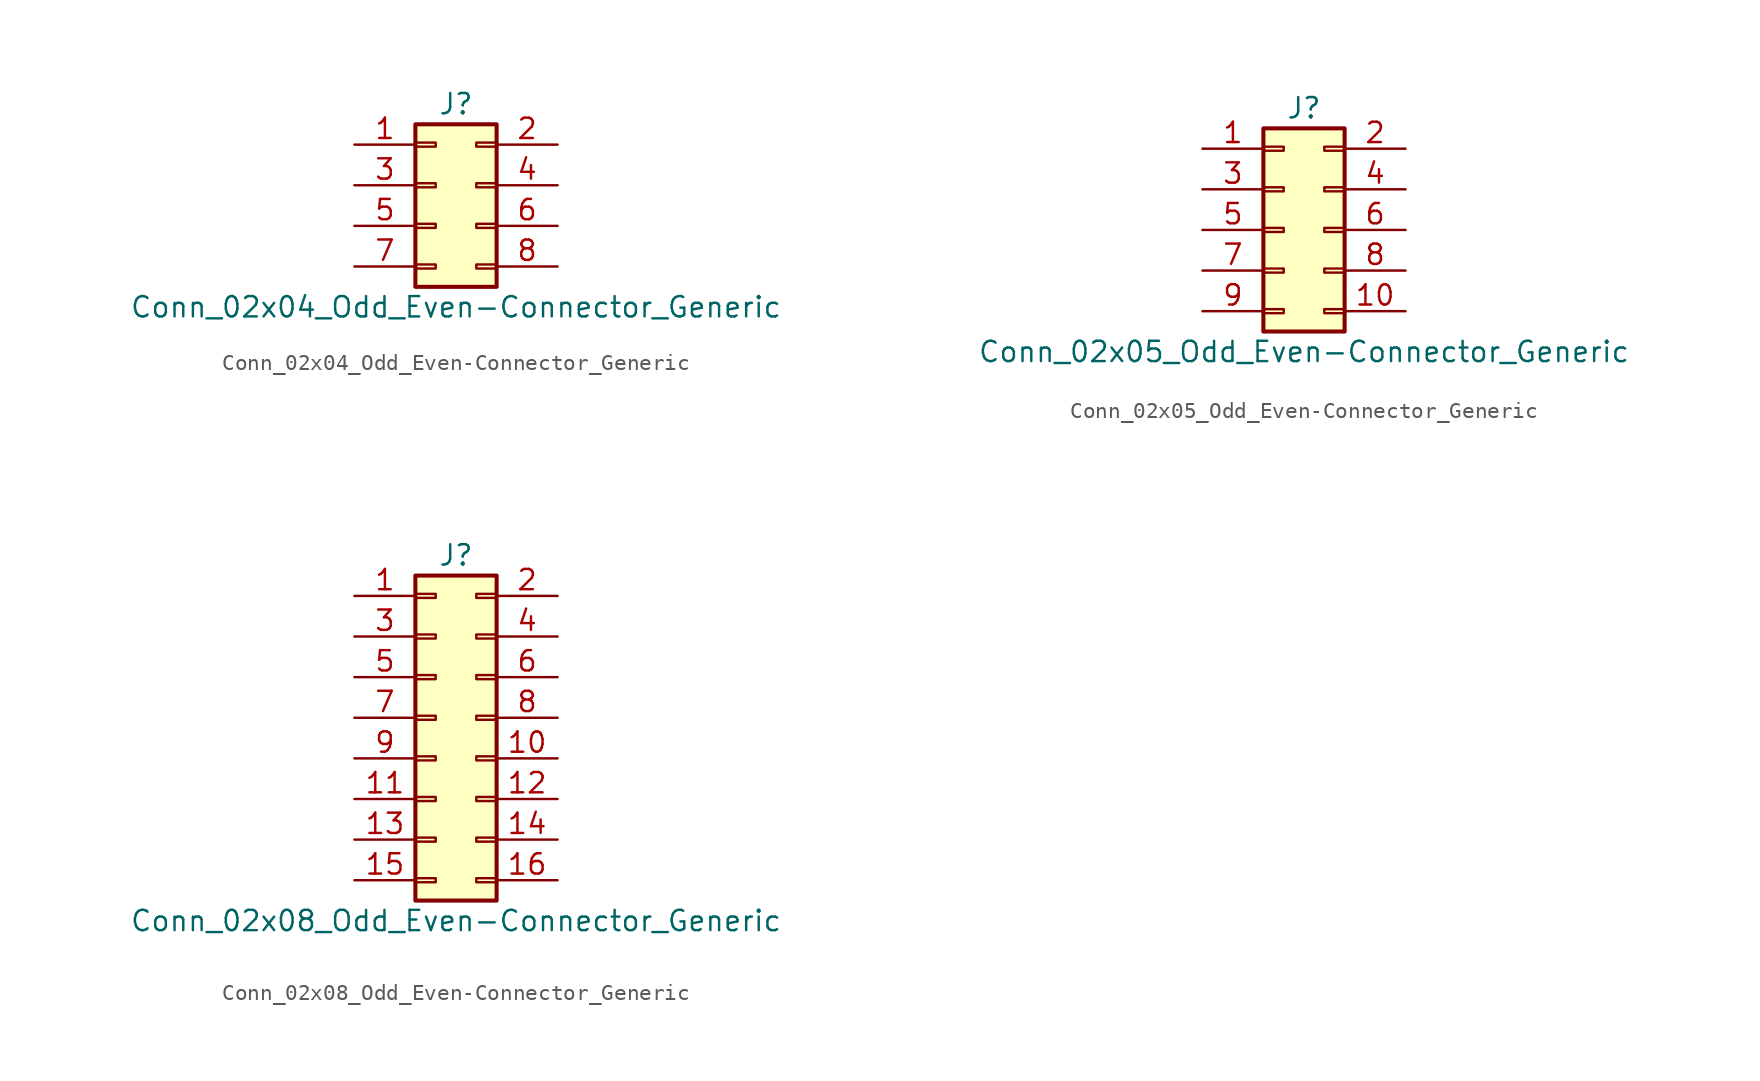
<source format=kicad_sym>
(kicad_symbol_lib
  (version 20210619)
  (generator kicad_symbol_editor)
  (symbol "FreeEEG32-ads131-rescue:Conn_02x04_Odd_Even-Connector_Generic"
    (pin_names
      (offset 1.016) hide)
    (property "Reference" "J"
      (at 1.27 5.08 0)
      (effects (font (size 1.27 1.27))))
    (property "Value" "Conn_02x04_Odd_Even-Connector_Generic"
      (at 1.27 -7.62 0)
      (effects (font (size 1.27 1.27))))
    (symbol "Conn_02x04_Odd_Even-Connector_Generic_1_1"
      (rectangle (start -1.27 -4.953) (end 0 -5.207) (stroke (width 0.152)) (fill (type none)))
      (rectangle (start -1.27 -2.413) (end 0 -2.667) (stroke (width 0.152)) (fill (type none)))
      (rectangle (start -1.27 0.127) (end 0 -0.127) (stroke (width 0.152)) (fill (type none)))
      (rectangle (start -1.27 2.667) (end 0 2.413) (stroke (width 0.152)) (fill (type none)))
      (rectangle (start 3.81 -4.953) (end 2.54 -5.207) (stroke (width 0.152)) (fill (type none)))
      (rectangle (start 3.81 -2.413) (end 2.54 -2.667) (stroke (width 0.152)) (fill (type none)))
      (rectangle (start 3.81 0.127) (end 2.54 -0.127) (stroke (width 0.152)) (fill (type none)))
      (rectangle (start 3.81 2.667) (end 2.54 2.413) (stroke (width 0.152)) (fill (type none)))
      (rectangle (start -1.27 3.81) (end 3.81 -6.35) (stroke (width 0.254)) (fill (type background)))
      (pin passive line (at -5.08 2.54 0) (length 3.81) (name "Pin_1" (effects (font (size 1.27 1.27)))) (number "1" (effects (font (size 1.27 1.27)))))
      (pin passive line (at 7.62 2.54 180) (length 3.81) (name "Pin_2" (effects (font (size 1.27 1.27)))) (number "2" (effects (font (size 1.27 1.27)))))
      (pin passive line (at -5.08 0 0) (length 3.81) (name "Pin_3" (effects (font (size 1.27 1.27)))) (number "3" (effects (font (size 1.27 1.27)))))
      (pin passive line (at 7.62 0 180) (length 3.81) (name "Pin_4" (effects (font (size 1.27 1.27)))) (number "4" (effects (font (size 1.27 1.27)))))
      (pin passive line (at -5.08 -2.54 0) (length 3.81) (name "Pin_5" (effects (font (size 1.27 1.27)))) (number "5" (effects (font (size 1.27 1.27)))))
      (pin passive line (at 7.62 -2.54 180) (length 3.81) (name "Pin_6" (effects (font (size 1.27 1.27)))) (number "6" (effects (font (size 1.27 1.27)))))
      (pin passive line (at -5.08 -5.08 0) (length 3.81) (name "Pin_7" (effects (font (size 1.27 1.27)))) (number "7" (effects (font (size 1.27 1.27)))))
      (pin passive line (at 7.62 -5.08 180) (length 3.81) (name "Pin_8" (effects (font (size 1.27 1.27)))) (number "8" (effects (font (size 1.27 1.27)))))))
  (symbol "FreeEEG32-ads131-rescue:Conn_02x05_Odd_Even-Connector_Generic"
    (pin_names
      (offset 1.016) hide)
    (property "Reference" "J"
      (at 1.27 7.62 0)
      (effects (font (size 1.27 1.27))))
    (property "Value" "Conn_02x05_Odd_Even-Connector_Generic"
      (at 1.27 -7.62 0)
      (effects (font (size 1.27 1.27))))
    (symbol "Conn_02x05_Odd_Even-Connector_Generic_1_1"
      (rectangle (start -1.27 -4.953) (end 0 -5.207) (stroke (width 0.152)) (fill (type none)))
      (rectangle (start -1.27 -2.413) (end 0 -2.667) (stroke (width 0.152)) (fill (type none)))
      (rectangle (start -1.27 0.127) (end 0 -0.127) (stroke (width 0.152)) (fill (type none)))
      (rectangle (start -1.27 2.667) (end 0 2.413) (stroke (width 0.152)) (fill (type none)))
      (rectangle (start -1.27 5.207) (end 0 4.953) (stroke (width 0.152)) (fill (type none)))
      (rectangle (start 3.81 -4.953) (end 2.54 -5.207) (stroke (width 0.152)) (fill (type none)))
      (rectangle (start 3.81 -2.413) (end 2.54 -2.667) (stroke (width 0.152)) (fill (type none)))
      (rectangle (start 3.81 0.127) (end 2.54 -0.127) (stroke (width 0.152)) (fill (type none)))
      (rectangle (start 3.81 2.667) (end 2.54 2.413) (stroke (width 0.152)) (fill (type none)))
      (rectangle (start 3.81 5.207) (end 2.54 4.953) (stroke (width 0.152)) (fill (type none)))
      (rectangle (start -1.27 6.35) (end 3.81 -6.35) (stroke (width 0.254)) (fill (type background)))
      (pin passive line (at -5.08 5.08 0) (length 3.81) (name "Pin_1" (effects (font (size 1.27 1.27)))) (number "1" (effects (font (size 1.27 1.27)))))
      (pin passive line (at 7.62 -5.08 180) (length 3.81) (name "Pin_10" (effects (font (size 1.27 1.27)))) (number "10" (effects (font (size 1.27 1.27)))))
      (pin passive line (at 7.62 5.08 180) (length 3.81) (name "Pin_2" (effects (font (size 1.27 1.27)))) (number "2" (effects (font (size 1.27 1.27)))))
      (pin passive line (at -5.08 2.54 0) (length 3.81) (name "Pin_3" (effects (font (size 1.27 1.27)))) (number "3" (effects (font (size 1.27 1.27)))))
      (pin passive line (at 7.62 2.54 180) (length 3.81) (name "Pin_4" (effects (font (size 1.27 1.27)))) (number "4" (effects (font (size 1.27 1.27)))))
      (pin passive line (at -5.08 0 0) (length 3.81) (name "Pin_5" (effects (font (size 1.27 1.27)))) (number "5" (effects (font (size 1.27 1.27)))))
      (pin passive line (at 7.62 0 180) (length 3.81) (name "Pin_6" (effects (font (size 1.27 1.27)))) (number "6" (effects (font (size 1.27 1.27)))))
      (pin passive line (at -5.08 -2.54 0) (length 3.81) (name "Pin_7" (effects (font (size 1.27 1.27)))) (number "7" (effects (font (size 1.27 1.27)))))
      (pin passive line (at 7.62 -2.54 180) (length 3.81) (name "Pin_8" (effects (font (size 1.27 1.27)))) (number "8" (effects (font (size 1.27 1.27)))))
      (pin passive line (at -5.08 -5.08 0) (length 3.81) (name "Pin_9" (effects (font (size 1.27 1.27)))) (number "9" (effects (font (size 1.27 1.27)))))))
  (symbol "FreeEEG32-ads131-rescue:Conn_02x08_Odd_Even-Connector_Generic"
    (pin_names
      (offset 1.016) hide)
    (property "Reference" "J"
      (at 1.27 10.16 0)
      (effects (font (size 1.27 1.27))))
    (property "Value" "Conn_02x08_Odd_Even-Connector_Generic"
      (at 1.27 -12.7 0)
      (effects (font (size 1.27 1.27))))
    (symbol "Conn_02x08_Odd_Even-Connector_Generic_1_1"
      (rectangle (start -1.27 -10.033) (end 0 -10.287) (stroke (width 0.152)) (fill (type none)))
      (rectangle (start -1.27 -7.493) (end 0 -7.747) (stroke (width 0.152)) (fill (type none)))
      (rectangle (start -1.27 -4.953) (end 0 -5.207) (stroke (width 0.152)) (fill (type none)))
      (rectangle (start -1.27 -2.413) (end 0 -2.667) (stroke (width 0.152)) (fill (type none)))
      (rectangle (start -1.27 0.127) (end 0 -0.127) (stroke (width 0.152)) (fill (type none)))
      (rectangle (start -1.27 2.667) (end 0 2.413) (stroke (width 0.152)) (fill (type none)))
      (rectangle (start -1.27 5.207) (end 0 4.953) (stroke (width 0.152)) (fill (type none)))
      (rectangle (start -1.27 7.747) (end 0 7.493) (stroke (width 0.152)) (fill (type none)))
      (rectangle (start 3.81 -10.033) (end 2.54 -10.287) (stroke (width 0.152)) (fill (type none)))
      (rectangle (start 3.81 -7.493) (end 2.54 -7.747) (stroke (width 0.152)) (fill (type none)))
      (rectangle (start 3.81 -4.953) (end 2.54 -5.207) (stroke (width 0.152)) (fill (type none)))
      (rectangle (start 3.81 -2.413) (end 2.54 -2.667) (stroke (width 0.152)) (fill (type none)))
      (rectangle (start 3.81 0.127) (end 2.54 -0.127) (stroke (width 0.152)) (fill (type none)))
      (rectangle (start 3.81 2.667) (end 2.54 2.413) (stroke (width 0.152)) (fill (type none)))
      (rectangle (start 3.81 5.207) (end 2.54 4.953) (stroke (width 0.152)) (fill (type none)))
      (rectangle (start 3.81 7.747) (end 2.54 7.493) (stroke (width 0.152)) (fill (type none)))
      (rectangle (start -1.27 8.89) (end 3.81 -11.43) (stroke (width 0.254)) (fill (type background)))
      (pin passive line (at -5.08 7.62 0) (length 3.81) (name "Pin_1" (effects (font (size 1.27 1.27)))) (number "1" (effects (font (size 1.27 1.27)))))
      (pin passive line (at 7.62 -2.54 180) (length 3.81) (name "Pin_10" (effects (font (size 1.27 1.27)))) (number "10" (effects (font (size 1.27 1.27)))))
      (pin passive line (at -5.08 -5.08 0) (length 3.81) (name "Pin_11" (effects (font (size 1.27 1.27)))) (number "11" (effects (font (size 1.27 1.27)))))
      (pin passive line (at 7.62 -5.08 180) (length 3.81) (name "Pin_12" (effects (font (size 1.27 1.27)))) (number "12" (effects (font (size 1.27 1.27)))))
      (pin passive line (at -5.08 -7.62 0) (length 3.81) (name "Pin_13" (effects (font (size 1.27 1.27)))) (number "13" (effects (font (size 1.27 1.27)))))
      (pin passive line (at 7.62 -7.62 180) (length 3.81) (name "Pin_14" (effects (font (size 1.27 1.27)))) (number "14" (effects (font (size 1.27 1.27)))))
      (pin passive line (at -5.08 -10.16 0) (length 3.81) (name "Pin_15" (effects (font (size 1.27 1.27)))) (number "15" (effects (font (size 1.27 1.27)))))
      (pin passive line (at 7.62 -10.16 180) (length 3.81) (name "Pin_16" (effects (font (size 1.27 1.27)))) (number "16" (effects (font (size 1.27 1.27)))))
      (pin passive line (at 7.62 7.62 180) (length 3.81) (name "Pin_2" (effects (font (size 1.27 1.27)))) (number "2" (effects (font (size 1.27 1.27)))))
      (pin passive line (at -5.08 5.08 0) (length 3.81) (name "Pin_3" (effects (font (size 1.27 1.27)))) (number "3" (effects (font (size 1.27 1.27)))))
      (pin passive line (at 7.62 5.08 180) (length 3.81) (name "Pin_4" (effects (font (size 1.27 1.27)))) (number "4" (effects (font (size 1.27 1.27)))))
      (pin passive line (at -5.08 2.54 0) (length 3.81) (name "Pin_5" (effects (font (size 1.27 1.27)))) (number "5" (effects (font (size 1.27 1.27)))))
      (pin passive line (at 7.62 2.54 180) (length 3.81) (name "Pin_6" (effects (font (size 1.27 1.27)))) (number "6" (effects (font (size 1.27 1.27)))))
      (pin passive line (at -5.08 0 0) (length 3.81) (name "Pin_7" (effects (font (size 1.27 1.27)))) (number "7" (effects (font (size 1.27 1.27)))))
      (pin passive line (at 7.62 0 180) (length 3.81) (name "Pin_8" (effects (font (size 1.27 1.27)))) (number "8" (effects (font (size 1.27 1.27)))))
      (pin passive line (at -5.08 -2.54 0) (length 3.81) (name "Pin_9" (effects (font (size 1.27 1.27)))) (number "9" (effects (font (size 1.27 1.27))))))))
</source>
